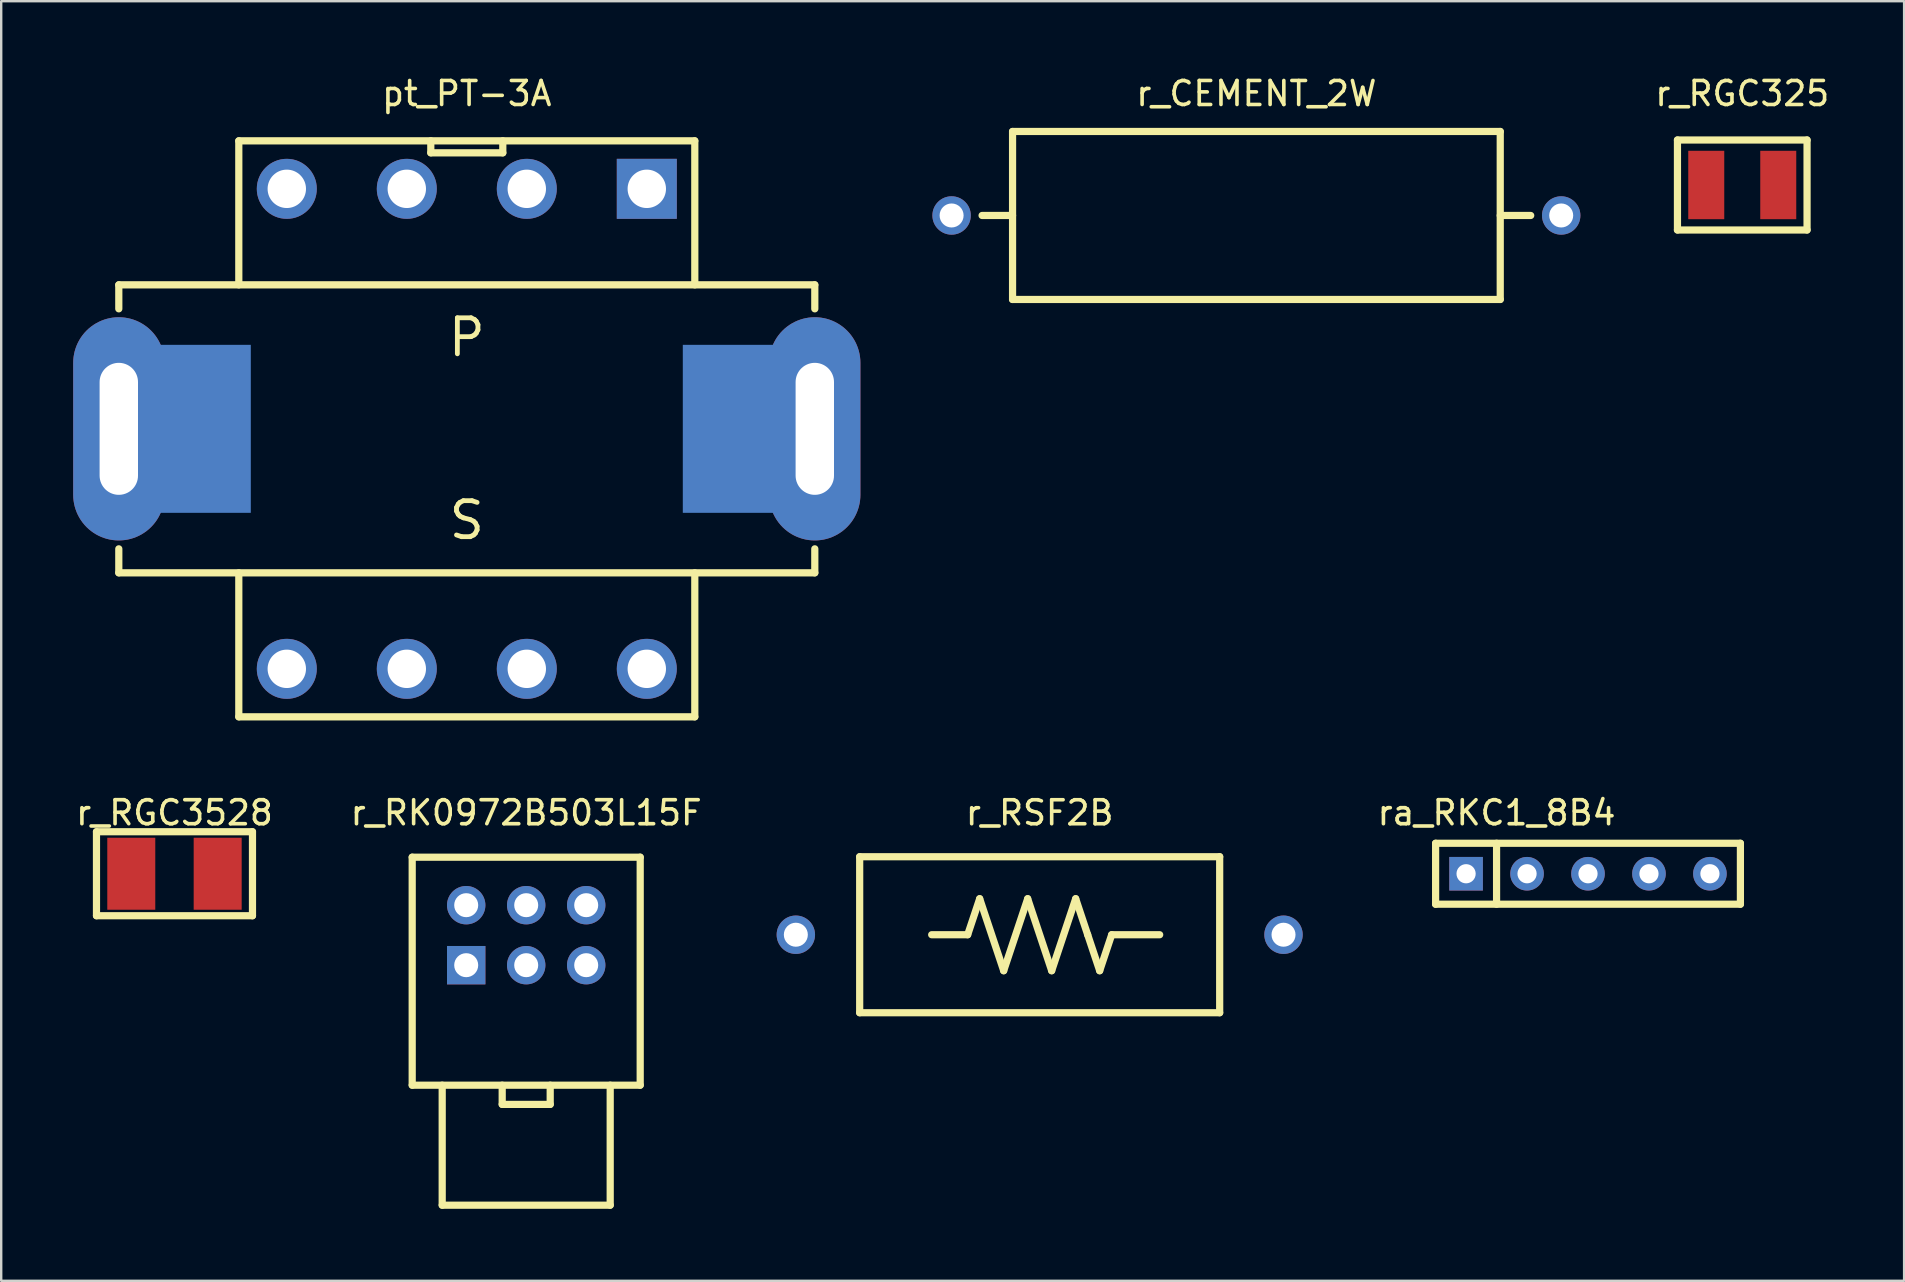
<source format=kicad_pcb>
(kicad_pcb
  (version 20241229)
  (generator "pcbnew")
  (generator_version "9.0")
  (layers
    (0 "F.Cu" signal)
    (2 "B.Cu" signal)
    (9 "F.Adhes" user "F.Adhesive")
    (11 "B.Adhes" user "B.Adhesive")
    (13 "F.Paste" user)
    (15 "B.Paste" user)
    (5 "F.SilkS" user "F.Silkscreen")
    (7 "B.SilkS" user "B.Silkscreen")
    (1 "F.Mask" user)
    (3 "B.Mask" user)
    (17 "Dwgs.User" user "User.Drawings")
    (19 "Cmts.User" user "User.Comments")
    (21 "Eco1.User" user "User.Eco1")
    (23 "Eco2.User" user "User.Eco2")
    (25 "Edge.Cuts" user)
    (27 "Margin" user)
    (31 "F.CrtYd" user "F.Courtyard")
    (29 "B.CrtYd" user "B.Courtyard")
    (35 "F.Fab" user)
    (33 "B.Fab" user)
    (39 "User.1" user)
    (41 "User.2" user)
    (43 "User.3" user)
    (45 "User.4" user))
  (footprint "r_RGC3528"
    (layer "F.Cu")
    (at 4.22 33.356)
    (property "Reference" "r_RGC3528" (at 0 -2.54 0) (layer "F.SilkS") (effects (font (size 1 1) (thickness 0.15))))
    (attr through_hole)
    (fp_line (start -3.25 -1.75) (end -3.25 1.75) (stroke (width 0.3) (type solid)) (layer "F.SilkS"))
    (fp_line (start -3.25 1.75) (end 3.25 1.75) (stroke (width 0.3) (type solid)) (layer "F.SilkS"))
    (fp_line (start 3.25 -1.75) (end -3.25 -1.75) (stroke (width 0.3) (type solid)) (layer "F.SilkS"))
    (fp_line (start 3.25 1.75) (end 3.25 -1.75) (stroke (width 0.3) (type solid)) (layer "F.SilkS"))
    (pad "1" smd rect (at -1.8 0) (size 2 3) (layers "F.Cu" "F.Mask" "F.Paste"))
    (pad "2" smd rect (at 1.8 0) (size 2 3) (layers "F.Cu" "F.Mask" "F.Paste")))
  (footprint "r_CEMENT_2W"
    (layer "F.Cu")
    (at 49.3 5.928)
    (property "Reference" "r_CEMENT_2W" (at 0 -5.08 0) (layer "F.SilkS") (effects (font (size 1 1) (thickness 0.15))))
    (attr through_hole)
    (fp_line (start -10.16 -3.5) (end -10.16 3.5) (stroke (width 0.3) (type solid)) (layer "F.SilkS"))
    (fp_line (start -10.16 0) (end -11.43 0) (stroke (width 0.3) (type solid)) (layer "F.SilkS"))
    (fp_line (start -10.16 3.5) (end 10.16 3.5) (stroke (width 0.3) (type solid)) (layer "F.SilkS"))
    (fp_line (start 10.16 -3.5) (end -10.16 -3.5) (stroke (width 0.3) (type solid)) (layer "F.SilkS"))
    (fp_line (start 10.16 0) (end 11.43 0) (stroke (width 0.3) (type solid)) (layer "F.SilkS"))
    (fp_line (start 10.16 3.5) (end 10.16 -3.5) (stroke (width 0.3) (type solid)) (layer "F.SilkS"))
    (pad "1" thru_hole circle (at -12.7 0) (size 1.6 1.6) (drill 1) (layers "*.Cu" "*.Mask"))
    (pad "2" thru_hole circle (at 12.7 0) (size 1.6 1.6) (drill 1) (layers "*.Cu" "*.Mask")))
  (footprint "r_RSF2B"
    (layer "F.Cu")
    (at 40.27 35.897)
    (property "Reference" "r_RSF2B" (at 0 -5.08 0) (layer "F.SilkS") (effects (font (size 1 1) (thickness 0.15))))
    (attr through_hole)
    (fp_line (start -7.5 -3.25) (end -7.5 3.25) (stroke (width 0.3) (type solid)) (layer "F.SilkS"))
    (fp_line (start -7.5 3.25) (end 7.5 3.25) (stroke (width 0.3) (type solid)) (layer "F.SilkS"))
    (fp_line (start -3 0) (end -4.5 0) (stroke (width 0.3) (type solid)) (layer "F.SilkS"))
    (fp_line (start -2.5 -1.5) (end -3 0) (stroke (width 0.3) (type solid)) (layer "F.SilkS"))
    (fp_line (start -1.5 1.5) (end -2.5 -1.5) (stroke (width 0.3) (type solid)) (layer "F.SilkS"))
    (fp_line (start -0.5 -1.5) (end -1.5 1.5) (stroke (width 0.3) (type solid)) (layer "F.SilkS"))
    (fp_line (start 0.5 1.5) (end -0.5 -1.5) (stroke (width 0.3) (type solid)) (layer "F.SilkS"))
    (fp_line (start 1.5 -1.5) (end 0.5 1.5) (stroke (width 0.3) (type solid)) (layer "F.SilkS"))
    (fp_line (start 2 0) (end 1.5 -1.5) (stroke (width 0.3) (type solid)) (layer "F.SilkS"))
    (fp_line (start 2 0) (end 2.5 1.5) (stroke (width 0.3) (type solid)) (layer "F.SilkS"))
    (fp_line (start 2.5 1.5) (end 3 0) (stroke (width 0.3) (type solid)) (layer "F.SilkS"))
    (fp_line (start 3 0) (end 5 0) (stroke (width 0.3) (type solid)) (layer "F.SilkS"))
    (fp_line (start 7.5 -3.25) (end -7.5 -3.25) (stroke (width 0.3) (type solid)) (layer "F.SilkS"))
    (fp_line (start 7.5 3.25) (end 7.5 -3.25) (stroke (width 0.3) (type solid)) (layer "F.SilkS"))
    (pad "1" thru_hole circle (at -10.16 0) (size 1.6 1.6) (drill 1) (layers "*.Cu" "*.Mask"))
    (pad "2" thru_hole circle (at 10.16 0) (size 1.6 1.6) (drill 1) (layers "*.Cu" "*.Mask")))
  (footprint "r_RK0972B503L15F"
    (layer "F.Cu")
    (at 18.875 37.166)
    (property "Reference" "r_RK0972B503L15F" (at 0 -6.35 0) (layer "F.SilkS") (effects (font (size 1 1) (thickness 0.15))))
    (attr through_hole)
    (fp_line (start -4.75 -4.5) (end -4.75 5) (stroke (width 0.3) (type solid)) (layer "F.SilkS"))
    (fp_line (start -4.75 5) (end 4.75 5) (stroke (width 0.3) (type solid)) (layer "F.SilkS"))
    (fp_line (start -3.5 5) (end -3.5 10) (stroke (width 0.3) (type solid)) (layer "F.SilkS"))
    (fp_line (start -3.5 10) (end 3.5 10) (stroke (width 0.3) (type solid)) (layer "F.SilkS"))
    (fp_line (start -1 5) (end -1 5.8) (stroke (width 0.3) (type solid)) (layer "F.SilkS"))
    (fp_line (start -1 5.8) (end 1 5.8) (stroke (width 0.3) (type solid)) (layer "F.SilkS"))
    (fp_line (start 1 5.8) (end 1 5) (stroke (width 0.3) (type solid)) (layer "F.SilkS"))
    (fp_line (start 3.5 10) (end 3.5 5) (stroke (width 0.3) (type solid)) (layer "F.SilkS"))
    (fp_line (start 4.75 -4.5) (end -4.75 -4.5) (stroke (width 0.3) (type solid)) (layer "F.SilkS"))
    (fp_line (start 4.75 5) (end 4.75 -4.5) (stroke (width 0.3) (type solid)) (layer "F.SilkS"))
    (pad "1" thru_hole rect (at -2.5 0) (size 1.6 1.6) (drill 1) (layers "*.Cu" "*.Mask"))
    (pad "2" thru_hole circle (at 0 0) (size 1.6 1.6) (drill 1) (layers "*.Cu" "*.Mask"))
    (pad "3" thru_hole circle (at 2.5 0) (size 1.6 1.6) (drill 1) (layers "*.Cu" "*.Mask"))
    (pad "4" thru_hole circle (at -2.5 -2.5) (size 1.6 1.6) (drill 1) (layers "*.Cu" "*.Mask"))
    (pad "5" thru_hole circle (at 0 -2.5) (size 1.6 1.6) (drill 1) (layers "*.Cu" "*.Mask"))
    (pad "6" thru_hole circle (at 2.5 -2.5) (size 1.6 1.6) (drill 1) (layers "*.Cu" "*.Mask")))
  (footprint "pt_PT-3A"
    (layer "F.Cu")
    (at 16.4 14.818)
    (property "Reference" "pt_PT-3A" (at 0 -13.97 0) (layer "F.SilkS") (effects (font (size 1 1) (thickness 0.15))))
    (attr through_hole)
    (fp_line (start -14.5 -6) (end -14.5 -5) (stroke (width 0.3) (type solid)) (layer "F.SilkS"))
    (fp_line (start -14.5 -6) (end 14.5 -6) (stroke (width 0.3) (type solid)) (layer "F.SilkS"))
    (fp_line (start -14.5 6) (end -14.5 5) (stroke (width 0.3) (type solid)) (layer "F.SilkS"))
    (fp_line (start -14.5 6) (end 14.5 6) (stroke (width 0.3) (type solid)) (layer "F.SilkS"))
    (fp_line (start -9.5 -12) (end -9.5 -6) (stroke (width 0.3) (type solid)) (layer "F.SilkS"))
    (fp_line (start -9.5 -12) (end 9.5 -12) (stroke (width 0.3) (type solid)) (layer "F.SilkS"))
    (fp_line (start -9.5 12) (end -9.5 6) (stroke (width 0.3) (type solid)) (layer "F.SilkS"))
    (fp_line (start -9.5 12) (end 9.5 12) (stroke (width 0.3) (type solid)) (layer "F.SilkS"))
    (fp_line (start -1.5 -12) (end -1.5 -11.5) (stroke (width 0.3) (type solid)) (layer "F.SilkS"))
    (fp_line (start -1.5 -11.5) (end 1.5 -11.5) (stroke (width 0.3) (type solid)) (layer "F.SilkS"))
    (fp_line (start 1.5 -11.5) (end 1.5 -12) (stroke (width 0.3) (type solid)) (layer "F.SilkS"))
    (fp_line (start 9.5 -12) (end 9.5 -6) (stroke (width 0.3) (type solid)) (layer "F.SilkS"))
    (fp_line (start 9.5 12) (end 9.5 6) (stroke (width 0.3) (type solid)) (layer "F.SilkS"))
    (fp_line (start 14.5 -6) (end 14.5 -5) (stroke (width 0.3) (type solid)) (layer "F.SilkS"))
    (fp_line (start 14.5 6) (end 14.5 5) (stroke (width 0.3) (type solid)) (layer "F.SilkS"))
    (fp_text user "P" (at 0 -3.81 0) (layer "F.SilkS") (effects (font (size 1.5 1.5) (thickness 0.2))))
    (fp_text user "S" (at 0 3.81 0) (layer "F.SilkS") (effects (font (size 1.5 1.5) (thickness 0.2))))
    (pad "1" thru_hole rect (at 7.5 -10) (size 2.5 2.5) (drill 1.6) (layers "*.Cu" "*.Mask"))
    (pad "2" thru_hole circle (at 2.5 -10) (size 2.5 2.5) (drill 1.6) (layers "*.Cu" "*.Mask"))
    (pad "3" thru_hole circle (at -2.5 -10) (size 2.5 2.5) (drill 1.6) (layers "*.Cu" "*.Mask"))
    (pad "4" thru_hole circle (at -7.5 -10) (size 2.5 2.5) (drill 1.6) (layers "*.Cu" "*.Mask"))
    (pad "5" thru_hole circle (at -7.5 10) (size 2.5 2.5) (drill 1.6) (layers "*.Cu" "*.Mask"))
    (pad "6" thru_hole circle (at -2.5 10) (size 2.5 2.5) (drill 1.6) (layers "*.Cu" "*.Mask"))
    (pad "7" thru_hole circle (at 2.5 10) (size 2.5 2.5) (drill 1.6) (layers "*.Cu" "*.Mask"))
    (pad "8" thru_hole circle (at 7.5 10) (size 2.5 2.5) (drill 1.6) (layers "*.Cu" "*.Mask"))
    (pad "9" thru_hole oval (at 14.5 0) (size 3.8 9.3) (drill oval 1.6 5.5) (layers "*.Cu" "*.Mask"))
    (pad "10" thru_hole oval (at -14.5 0) (size 3.8 9.3) (drill oval 1.6 5.5) (layers "*.Cu" "*.Mask"))
    (pad "11" smd rect (at 12.5 0) (size 7 7) (layers "B.Cu" "B.Mask" "B.Paste"))
    (pad "12" smd rect (at -12.5 0) (size 7 7) (layers "B.Cu" "B.Mask" "B.Paste")))
  (footprint "ra_RKC1_8B4"
    (layer "F.Cu")
    (at 58.037 33.356)
    (property "Reference" "ra_RKC1_8B4" (at 1.27 -2.54 0) (layer "F.SilkS") (effects (font (size 1 1) (thickness 0.15))))
    (attr through_hole)
    (fp_line (start -1.27 -1.27) (end -1.27 1.27) (stroke (width 0.3) (type solid)) (layer "F.SilkS"))
    (fp_line (start -1.27 1.27) (end 11.43 1.27) (stroke (width 0.3) (type solid)) (layer "F.SilkS"))
    (fp_line (start 1.27 1.27) (end 1.27 -1.27) (stroke (width 0.3) (type solid)) (layer "F.SilkS"))
    (fp_line (start 11.43 -1.27) (end -1.27 -1.27) (stroke (width 0.3) (type solid)) (layer "F.SilkS"))
    (fp_line (start 11.43 1.27) (end 11.43 -1.27) (stroke (width 0.3) (type solid)) (layer "F.SilkS"))
    (pad "1" thru_hole rect (at 0 0) (size 1.4 1.4) (drill 0.8) (layers "*.Cu" "*.Mask"))
    (pad "2" thru_hole circle (at 2.54 0) (size 1.4 1.4) (drill 0.8) (layers "*.Cu" "*.Mask"))
    (pad "3" thru_hole circle (at 5.08 0) (size 1.4 1.4) (drill 0.8) (layers "*.Cu" "*.Mask"))
    (pad "4" thru_hole circle (at 7.62 0) (size 1.4 1.4) (drill 0.8) (layers "*.Cu" "*.Mask"))
    (pad "5" thru_hole circle (at 10.16 0) (size 1.4 1.4) (drill 0.8) (layers "*.Cu" "*.Mask")))
  (footprint "r_RGC325"
    (layer "F.Cu")
    (at 69.544 4.658)
    (property "Reference" "r_RGC325" (at 0 -3.81 0) (layer "F.SilkS") (effects (font (size 1 1) (thickness 0.15))))
    (attr through_hole)
    (fp_line (start -2.7 -1.875) (end -2.7 1.875) (stroke (width 0.3) (type solid)) (layer "F.SilkS"))
    (fp_line (start -2.7 1.875) (end 2.7 1.875) (stroke (width 0.3) (type solid)) (layer "F.SilkS"))
    (fp_line (start 2.7 -1.875) (end -2.7 -1.875) (stroke (width 0.3) (type solid)) (layer "F.SilkS"))
    (fp_line (start 2.7 1.875) (end 2.7 -1.875) (stroke (width 0.3) (type solid)) (layer "F.SilkS"))
    (pad "1" smd rect (at -1.5 0) (size 1.5 2.85) (layers "F.Cu" "F.Mask" "F.Paste"))
    (pad "2" smd rect (at 1.5 0) (size 1.5 2.85) (layers "F.Cu" "F.Mask" "F.Paste")))
  (gr_rect
    (start -3 -3)
    (end 76.288 50.316)
    (stroke (width 0.1) (type default))
    (fill no)
    (layer "Edge.Cuts")))
</source>
